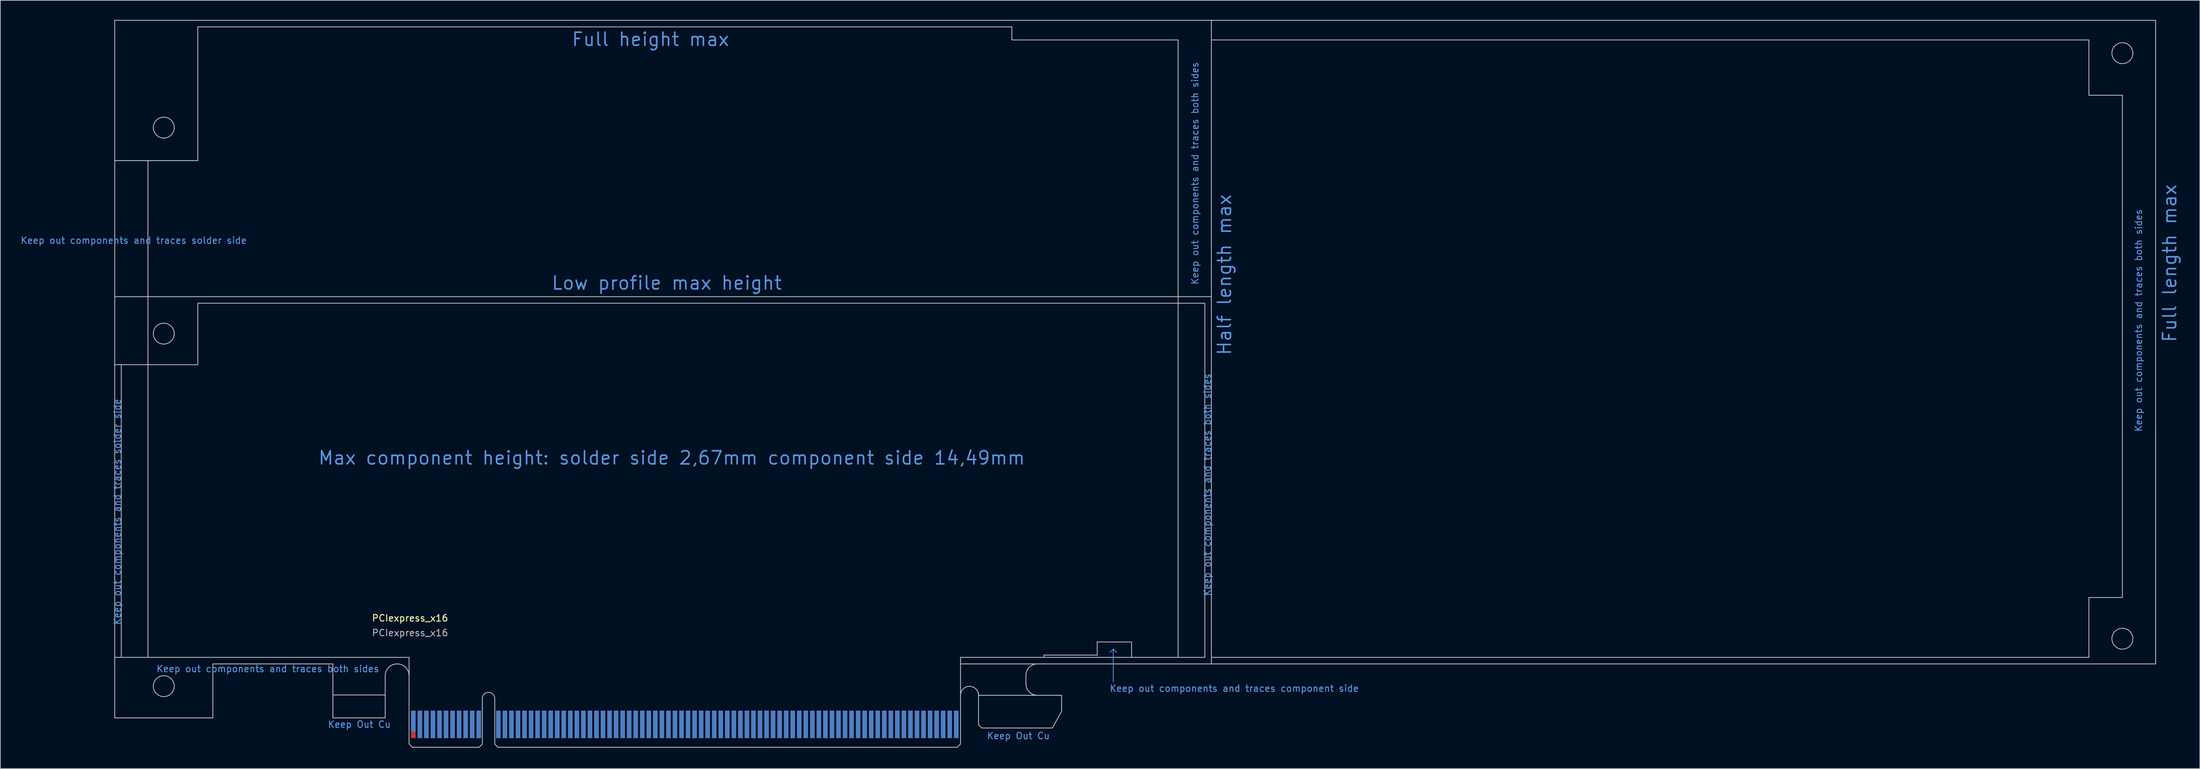
<source format=kicad_pcb>
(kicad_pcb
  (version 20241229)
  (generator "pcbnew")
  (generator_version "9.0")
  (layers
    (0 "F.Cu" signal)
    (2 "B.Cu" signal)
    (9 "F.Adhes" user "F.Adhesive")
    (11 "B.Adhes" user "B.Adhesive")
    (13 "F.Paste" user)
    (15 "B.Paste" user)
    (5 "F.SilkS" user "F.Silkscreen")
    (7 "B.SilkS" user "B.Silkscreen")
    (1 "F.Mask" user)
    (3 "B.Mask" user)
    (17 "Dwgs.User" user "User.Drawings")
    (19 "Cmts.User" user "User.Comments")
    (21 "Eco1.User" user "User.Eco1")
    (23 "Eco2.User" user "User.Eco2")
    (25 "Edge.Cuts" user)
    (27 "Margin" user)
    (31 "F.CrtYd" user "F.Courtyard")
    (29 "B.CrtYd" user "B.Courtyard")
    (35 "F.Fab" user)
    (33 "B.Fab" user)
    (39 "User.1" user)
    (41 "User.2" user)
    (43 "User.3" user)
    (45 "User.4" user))
  (footprint "PCIexpress_x16"
    (layer "F.Cu")
    (at 59.637 111.21)
    (property "Reference" "PCIexpress_x16" (at 0 -19.75 0) (layer "F.SilkS") (effects (font (size 1 1) (thickness 0.15))))
    (attr exclude_from_pos_files exclude_from_bom)
    (fp_poly (pts (xy -11.8 -4.5) (xy -11.8 -8) (xy -3.8 -8) (xy -3.8 -4.5)) (stroke (width 0) (type solid)) (fill yes) (layer "F.Mask"))
    (fp_poly (pts (xy -0.25 -5.5) (xy 84.25 -5.5) (xy 84.25 0) (xy -0.25 0)) (stroke (width 0.2) (type solid)) (fill yes) (layer "F.Mask"))
    (fp_poly (pts (xy 86.9 -7.95) (xy 99.6 -7.95) (xy 99.6 -5.5) (xy 98.2 -2.95) (xy 87.4 -2.95) (xy 86.9 -3.45)) (stroke (width 0) (type solid)) (fill yes) (layer "F.Mask"))
    (fp_poly (pts (xy -11.8 -4.5) (xy -11.8 -8) (xy -3.8 -8) (xy -3.8 -4.5)) (stroke (width 0) (type solid)) (fill yes) (layer "B.Mask"))
    (fp_poly (pts (xy -0.25 -5.5) (xy 84.25 -5.5) (xy 84.25 0) (xy -0.25 0)) (stroke (width 0.2) (type solid)) (fill yes) (layer "B.Mask"))
    (fp_poly (pts (xy 86.9 -7.95) (xy 99.6 -7.95) (xy 99.6 -5.5) (xy 98.2 -2.95) (xy 87.4 -2.95) (xy 86.9 -3.45)) (stroke (width 0) (type solid)) (fill yes) (layer "B.Mask"))
    (fp_line (start -45.15 -111.15) (end -45.15 -4.5) (stroke (width 0.12) (type solid)) (layer "Dwgs.User"))
    (fp_line (start -45.15 -111.15) (end 122.5 -111.15) (stroke (width 0.12) (type solid)) (layer "Dwgs.User"))
    (fp_line (start -45.15 -89.7) (end -32.45 -89.7) (stroke (width 0.12) (type solid)) (layer "Dwgs.User"))
    (fp_line (start -45.15 -68.9) (end 122.5 -68.9) (stroke (width 0.12) (type solid)) (layer "Dwgs.User"))
    (fp_line (start -45.15 -58.5) (end -32.45 -58.5) (stroke (width 0.12) (type solid)) (layer "Dwgs.User"))
    (fp_line (start -44.15 -58.5) (end -44.15 -13.75) (stroke (width 0.12) (type solid)) (layer "Dwgs.User"))
    (fp_line (start -40.07 -13.75) (end -40.07 -89.7) (stroke (width 0.12) (type solid)) (layer "Dwgs.User"))
    (fp_line (start -32.45 -110.15) (end -32.45 -89.7) (stroke (width 0.12) (type solid)) (layer "Dwgs.User"))
    (fp_line (start -32.45 -110.15) (end 92 -110.15) (stroke (width 0.12) (type solid)) (layer "Dwgs.User"))
    (fp_line (start -32.45 -67.9) (end 121.5 -67.9) (stroke (width 0.12) (type solid)) (layer "Dwgs.User"))
    (fp_line (start -32.45 -58.5) (end -32.45 -67.9) (stroke (width 0.12) (type solid)) (layer "Dwgs.User"))
    (fp_line (start -30.15 -12.75) (end -11.8 -12.75) (stroke (width 0.12) (type solid)) (layer "Dwgs.User"))
    (fp_line (start -30.15 -4.5) (end -45.15 -4.5) (stroke (width 0.12) (type solid)) (layer "Dwgs.User"))
    (fp_line (start -30.15 -4.5) (end -30.15 -12.75) (stroke (width 0.12) (type solid)) (layer "Dwgs.User"))
    (fp_line (start -11.8 -8) (end -3.8 -8) (stroke (width 0.12) (type solid)) (layer "Dwgs.User"))
    (fp_line (start -11.8 -4.5) (end -11.8 -12.75) (stroke (width 0.12) (type solid)) (layer "Dwgs.User"))
    (fp_line (start -11.8 -4.5) (end -3.8 -4.5) (stroke (width 0.12) (type solid)) (layer "Dwgs.User"))
    (fp_line (start -3.8 -4.5) (end -3.8 -10.925) (stroke (width 0.12) (type solid)) (layer "Dwgs.User"))
    (fp_line (start -0.15 -13.75) (end -45.15 -13.75) (stroke (width 0.12) (type solid)) (layer "Dwgs.User"))
    (fp_line (start -0.15 -10.925) (end -0.15 -13.75) (stroke (width 0.12) (type solid)) (layer "Dwgs.User"))
    (fp_line (start -0.15 -0.5) (end -0.15 -10.925) (stroke (width 0.12) (type solid)) (layer "Dwgs.User"))
    (fp_line (start -0.15 -0.5) (end 0.35 0) (stroke (width 0.12) (type solid)) (layer "Dwgs.User"))
    (fp_line (start 0.35 0) (end 10.55 0) (stroke (width 0.12) (type solid)) (layer "Dwgs.User"))
    (fp_line (start 11.05 -7.45) (end 11.05 -0.5) (stroke (width 0.12) (type solid)) (layer "Dwgs.User"))
    (fp_line (start 11.05 -0.5) (end 10.55 0) (stroke (width 0.12) (type solid)) (layer "Dwgs.User"))
    (fp_line (start 12.95 -7.45) (end 12.95 -0.5) (stroke (width 0.12) (type solid)) (layer "Dwgs.User"))
    (fp_line (start 12.95 -0.5) (end 13.45 0) (stroke (width 0.12) (type solid)) (layer "Dwgs.User"))
    (fp_line (start 13.45 0) (end 83.65 0) (stroke (width 0.12) (type solid)) (layer "Dwgs.User"))
    (fp_line (start 84.15 -13.75) (end 121.5 -13.75) (stroke (width 0.12) (type solid)) (layer "Dwgs.User"))
    (fp_line (start 84.15 -12.75) (end 84.15 -13.75) (stroke (width 0.12) (type solid)) (layer "Dwgs.User"))
    (fp_line (start 84.15 -12.75) (end 122.503 -12.75) (stroke (width 0.12) (type solid)) (layer "Dwgs.User"))
    (fp_line (start 84.15 -0.5) (end 83.65 0) (stroke (width 0.12) (type solid)) (layer "Dwgs.User"))
    (fp_line (start 84.15 -0.5) (end 84.15 -12.75) (stroke (width 0.12) (type solid)) (layer "Dwgs.User"))
    (fp_line (start 86.9 -3.45) (end 86.9 -7.95) (stroke (width 0.12) (type solid)) (layer "Dwgs.User"))
    (fp_line (start 86.9 -3.45) (end 87.4 -2.95) (stroke (width 0.12) (type solid)) (layer "Dwgs.User"))
    (fp_line (start 87.4 -2.95) (end 98.2 -2.95) (stroke (width 0.12) (type solid)) (layer "Dwgs.User"))
    (fp_line (start 92 -110.15) (end 92 -108.15) (stroke (width 0.12) (type solid)) (layer "Dwgs.User"))
    (fp_line (start 92 -108.15) (end 117.42 -108.15) (stroke (width 0.12) (type solid)) (layer "Dwgs.User"))
    (fp_line (start 94.15 -11) (end 94.15 -9.7) (stroke (width 0.12) (type solid)) (layer "Dwgs.User"))
    (fp_line (start 95.9 -7.95) (end 86.9 -7.95) (stroke (width 0.12) (type solid)) (layer "Dwgs.User"))
    (fp_line (start 95.9 -7.95) (end 99.6 -7.95) (stroke (width 0.12) (type solid)) (layer "Dwgs.User"))
    (fp_line (start 96.9 -14.1) (end 96.9 -13.75) (stroke (width 0.12) (type solid)) (layer "Dwgs.User"))
    (fp_line (start 96.9 -14.1) (end 105.05 -14.1) (stroke (width 0.12) (type solid)) (layer "Dwgs.User"))
    (fp_line (start 98.2 -2.95) (end 99.6 -5.5) (stroke (width 0.12) (type solid)) (layer "Dwgs.User"))
    (fp_line (start 99.6 -5.5) (end 99.6 -7.95) (stroke (width 0.12) (type solid)) (layer "Dwgs.User"))
    (fp_line (start 105.05 -16.1) (end 110.3 -16.1) (stroke (width 0.12) (type solid)) (layer "Dwgs.User"))
    (fp_line (start 105.05 -14.1) (end 105.05 -16.1) (stroke (width 0.12) (type solid)) (layer "Dwgs.User"))
    (fp_line (start 110.3 -16.1) (end 110.3 -13.75) (stroke (width 0.12) (type solid)) (layer "Dwgs.User"))
    (fp_line (start 117.42 -108.15) (end 117.42 -13.75) (stroke (width 0.12) (type solid)) (layer "Dwgs.User"))
    (fp_line (start 121.5 -67.9) (end 121.5 -13.75) (stroke (width 0.12) (type solid)) (layer "Dwgs.User"))
    (fp_line (start 122.5 -111.15) (end 122.5 -12.75) (stroke (width 0.12) (type solid)) (layer "Dwgs.User"))
    (fp_line (start 122.5 -111.15) (end 266.85 -111.15) (stroke (width 0.12) (type solid)) (layer "Dwgs.User"))
    (fp_line (start 122.5 -108.15) (end 256.65 -108.15) (stroke (width 0.12) (type solid)) (layer "Dwgs.User"))
    (fp_line (start 122.5 -13.75) (end 256.65 -13.75) (stroke (width 0.12) (type solid)) (layer "Dwgs.User"))
    (fp_line (start 122.503 -12.75) (end 266.853 -12.75) (stroke (width 0.12) (type solid)) (layer "Dwgs.User"))
    (fp_line (start 256.65 -108.15) (end 256.65 -99.7) (stroke (width 0.12) (type solid)) (layer "Dwgs.User"))
    (fp_line (start 256.65 -99.7) (end 261.77 -99.7) (stroke (width 0.12) (type solid)) (layer "Dwgs.User"))
    (fp_line (start 256.65 -22.9) (end 261.77 -22.9) (stroke (width 0.12) (type solid)) (layer "Dwgs.User"))
    (fp_line (start 256.65 -13.75) (end 256.65 -22.9) (stroke (width 0.12) (type solid)) (layer "Dwgs.User"))
    (fp_line (start 261.77 -99.7) (end 261.77 -22.9) (stroke (width 0.12) (type solid)) (layer "Dwgs.User"))
    (fp_line (start 266.85 -111.15) (end 266.853 -12.75) (stroke (width 0.12) (type solid)) (layer "Dwgs.User"))
    (fp_arc (start -3.8 -10.925) (mid -1.975 -12.75) (end -0.15 -10.925) (stroke (width 0.12) (type solid)) (layer "Dwgs.User"))
    (fp_arc (start 11.05 -7.45) (mid 12 -8.4) (end 12.95 -7.45) (stroke (width 0.12) (type solid)) (layer "Dwgs.User"))
    (fp_arc (start 84.15 -7.95) (mid 85.525 -9.325) (end 86.9 -7.95) (stroke (width 0.12) (type solid)) (layer "Dwgs.User"))
    (fp_arc (start 94.15 -11) (mid 94.662563 -12.237437) (end 95.9 -12.75) (stroke (width 0.12) (type solid)) (layer "Dwgs.User"))
    (fp_arc (start 95.9 -7.95) (mid 94.662563 -8.462563) (end 94.15 -9.7) (stroke (width 0.12) (type solid)) (layer "Dwgs.User"))
    (fp_circle (center -37.65 -94.75) (end -36.05 -94.75) (stroke (width 0.12) (type solid)) (fill no) (layer "Dwgs.User"))
    (fp_circle (center -37.65 -63.25) (end -36.05 -63.25) (stroke (width 0.12) (type solid)) (fill no) (layer "Dwgs.User"))
    (fp_circle (center -37.65 -9.35) (end -36.05 -9.35) (stroke (width 0.12) (type solid)) (fill no) (layer "Dwgs.User"))
    (fp_circle (center 261.77 -106.13) (end 263.37 -106.13) (stroke (width 0.12) (type solid)) (fill no) (layer "Dwgs.User"))
    (fp_circle (center 261.77 -16.6) (end 263.37 -16.6) (stroke (width 0.12) (type solid)) (fill no) (layer "Dwgs.User"))
    (fp_line (start 107.5 -15) (end 107 -14.5) (stroke (width 0.12) (type solid)) (layer "Cmts.User"))
    (fp_line (start 107.5 -15) (end 108 -14.5) (stroke (width 0.12) (type solid)) (layer "Cmts.User"))
    (fp_line (start 107.5 -10) (end 107.5 -15) (stroke (width 0.12) (type solid)) (layer "Cmts.User"))
    (fp_text user "Low profile max height" (at 39.25 -71 0) (layer "Cmts.User") (effects (font (size 2 2) (thickness 0.25))))
    (fp_text user "Full height max" (at 36.75 -108.25 0) (layer "Cmts.User") (effects (font (size 2 2) (thickness 0.25))))
    (fp_text user "Keep Out Cu" (at 93 -1.75 0) (layer "Cmts.User") (effects (font (size 1 1) (thickness 0.15))))
    (fp_text user "Full length max" (at 269 -74 90) (layer "Cmts.User") (effects (font (size 2 2) (thickness 0.25))))
    (fp_text user "Max component height: solder side 2,67mm component side 14,49mm" (at 40 -44.25 0) (layer "Cmts.User") (effects (font (size 2 2) (thickness 0.25))))
    (fp_text user "Half length max" (at 124.5 -72.25 90) (layer "Cmts.User") (effects (font (size 2 2) (thickness 0.25))))
    (fp_text user "Keep out components and traces component side" (at 126 -9 180) (layer "Cmts.User") (effects (font (size 1 1) (thickness 0.15))))
    (fp_text user "Keep out components and traces both sides" (at 121.893 -40.135 90) (layer "Cmts.User") (effects (font (size 1 1) (thickness 0.15))))
    (fp_text user "Keep out components and traces both sides" (at 120 -87.75 90) (layer "Cmts.User") (effects (font (size 1 1) (thickness 0.15))))
    (fp_text user "Keep Out Cu" (at -7.75 -3.5 0) (layer "Cmts.User") (effects (font (size 1 1) (thickness 0.15))))
    (fp_text user "Keep out components and traces solder side" (at -42.25 -77.5 180) (layer "Cmts.User") (effects (font (size 1 1) (thickness 0.15))))
    (fp_text user "Keep out components and traces solder side" (at -44.75 -36 90) (layer "Cmts.User") (effects (font (size 1 1) (thickness 0.15))))
    (fp_text user "Keep out components and traces both sides" (at -21.75 -12 0) (layer "Cmts.User") (effects (font (size 1 1) (thickness 0.15))))
    (fp_text user "Keep out components and traces both sides" (at 264.25 -65.25 90) (layer "Cmts.User") (effects (font (size 1 1) (thickness 0.15))))
    (fp_text user "${REFERENCE}" (at 0 -17.5 0) (layer "F.Fab") (effects (font (size 1 1) (thickness 0.15))))
    (pad "A1" connect rect (at 0.5 -4) (size 0.7 3.2) (layers "B.Cu"))
    (pad "A2" connect rect (at 1.5 -3.5) (size 0.7 4.2) (layers "B.Cu"))
    (pad "A3" connect rect (at 2.5 -3.5) (size 0.7 4.2) (layers "B.Cu"))
    (pad "A4" connect rect (at 3.5 -3.5) (size 0.7 4.2) (layers "B.Cu"))
    (pad "A5" connect rect (at 4.5 -3.5) (size 0.7 4.2) (layers "B.Cu"))
    (pad "A6" connect rect (at 5.5 -3.5) (size 0.7 4.2) (layers "B.Cu"))
    (pad "A7" connect rect (at 6.5 -3.5) (size 0.7 4.2) (layers "B.Cu"))
    (pad "A8" connect rect (at 7.5 -3.5) (size 0.7 4.2) (layers "B.Cu"))
    (pad "A9" connect rect (at 8.5 -3.5) (size 0.7 4.2) (layers "B.Cu"))
    (pad "A10" connect rect (at 9.5 -3.5) (size 0.7 4.2) (layers "B.Cu"))
    (pad "A11" connect rect (at 10.5 -3.5) (size 0.7 4.2) (layers "B.Cu"))
    (pad "A12" connect rect (at 13.5 -3.5) (size 0.7 4.2) (layers "B.Cu"))
    (pad "A13" connect rect (at 14.5 -3.5) (size 0.7 4.2) (layers "B.Cu"))
    (pad "A14" connect rect (at 15.5 -3.5) (size 0.7 4.2) (layers "B.Cu"))
    (pad "A15" connect rect (at 16.5 -3.5) (size 0.7 4.2) (layers "B.Cu"))
    (pad "A16" connect rect (at 17.5 -3.5) (size 0.7 4.2) (layers "B.Cu"))
    (pad "A17" connect rect (at 18.5 -3.5) (size 0.7 4.2) (layers "B.Cu"))
    (pad "A18" connect rect (at 19.5 -3.5) (size 0.7 4.2) (layers "B.Cu"))
    (pad "A19" connect rect (at 20.5 -3.5) (size 0.7 4.2) (layers "B.Cu"))
    (pad "A20" connect rect (at 21.5 -3.5) (size 0.7 4.2) (layers "B.Cu"))
    (pad "A21" connect rect (at 22.5 -3.5) (size 0.7 4.2) (layers "B.Cu"))
    (pad "A22" connect rect (at 23.5 -3.5) (size 0.7 4.2) (layers "B.Cu"))
    (pad "A23" connect rect (at 24.5 -3.5) (size 0.7 4.2) (layers "B.Cu"))
    (pad "A24" connect rect (at 25.5 -3.5) (size 0.7 4.2) (layers "B.Cu"))
    (pad "A25" connect rect (at 26.5 -3.5) (size 0.7 4.2) (layers "B.Cu"))
    (pad "A26" connect rect (at 27.5 -3.5) (size 0.7 4.2) (layers "B.Cu"))
    (pad "A27" connect rect (at 28.5 -3.5) (size 0.7 4.2) (layers "B.Cu"))
    (pad "A28" connect rect (at 29.5 -3.5) (size 0.7 4.2) (layers "B.Cu"))
    (pad "A29" connect rect (at 30.5 -3.5) (size 0.7 4.2) (layers "B.Cu"))
    (pad "A30" connect rect (at 31.5 -3.5) (size 0.7 4.2) (layers "B.Cu"))
    (pad "A31" connect rect (at 32.5 -3.5) (size 0.7 4.2) (layers "B.Cu"))
    (pad "A32" connect rect (at 33.5 -3.5) (size 0.7 4.2) (layers "B.Cu"))
    (pad "A33" connect rect (at 34.5 -3.5) (size 0.7 4.2) (layers "B.Cu"))
    (pad "A34" connect rect (at 35.5 -3.5) (size 0.7 4.2) (layers "B.Cu"))
    (pad "A35" connect rect (at 36.5 -3.5) (size 0.7 4.2) (layers "B.Cu"))
    (pad "A36" connect rect (at 37.5 -3.5) (size 0.7 4.2) (layers "B.Cu"))
    (pad "A37" connect rect (at 38.5 -3.5) (size 0.7 4.2) (layers "B.Cu"))
    (pad "A38" connect rect (at 39.5 -3.5) (size 0.7 4.2) (layers "B.Cu"))
    (pad "A39" connect rect (at 40.5 -3.5) (size 0.7 4.2) (layers "B.Cu"))
    (pad "A40" connect rect (at 41.5 -3.5) (size 0.7 4.2) (layers "B.Cu"))
    (pad "A41" connect rect (at 42.5 -3.5) (size 0.7 4.2) (layers "B.Cu"))
    (pad "A42" connect rect (at 43.5 -3.5) (size 0.7 4.2) (layers "B.Cu"))
    (pad "A43" connect rect (at 44.5 -3.5) (size 0.7 4.2) (layers "B.Cu"))
    (pad "A44" connect rect (at 45.5 -3.5) (size 0.7 4.2) (layers "B.Cu"))
    (pad "A45" connect rect (at 46.5 -3.5) (size 0.7 4.2) (layers "B.Cu"))
    (pad "A46" connect rect (at 47.5 -3.5) (size 0.7 4.2) (layers "B.Cu"))
    (pad "A47" connect rect (at 48.5 -3.5) (size 0.7 4.2) (layers "B.Cu"))
    (pad "A48" connect rect (at 49.5 -3.5) (size 0.7 4.2) (layers "B.Cu"))
    (pad "A49" connect rect (at 50.5 -3.5) (size 0.7 4.2) (layers "B.Cu"))
    (pad "A50" connect rect (at 51.5 -3.5) (size 0.7 4.2) (layers "B.Cu"))
    (pad "A51" connect rect (at 52.5 -3.5) (size 0.7 4.2) (layers "B.Cu"))
    (pad "A52" connect rect (at 53.5 -3.5) (size 0.7 4.2) (layers "B.Cu"))
    (pad "A53" connect rect (at 54.5 -3.5) (size 0.7 4.2) (layers "B.Cu"))
    (pad "A54" connect rect (at 55.5 -3.5) (size 0.7 4.2) (layers "B.Cu"))
    (pad "A55" connect rect (at 56.5 -3.5) (size 0.7 4.2) (layers "B.Cu"))
    (pad "A56" connect rect (at 57.5 -3.5) (size 0.7 4.2) (layers "B.Cu"))
    (pad "A57" connect rect (at 58.5 -3.5) (size 0.7 4.2) (layers "B.Cu"))
    (pad "A58" connect rect (at 59.5 -3.5) (size 0.7 4.2) (layers "B.Cu"))
    (pad "A59" connect rect (at 60.5 -3.5) (size 0.7 4.2) (layers "B.Cu"))
    (pad "A60" connect rect (at 61.5 -3.5) (size 0.7 4.2) (layers "B.Cu"))
    (pad "A61" connect rect (at 62.5 -3.5) (size 0.7 4.2) (layers "B.Cu"))
    (pad "A62" connect rect (at 63.5 -3.5) (size 0.7 4.2) (layers "B.Cu"))
    (pad "A63" connect rect (at 64.5 -3.5) (size 0.7 4.2) (layers "B.Cu"))
    (pad "A64" connect rect (at 65.5 -3.5) (size 0.7 4.2) (layers "B.Cu"))
    (pad "A65" connect rect (at 66.5 -3.5) (size 0.7 4.2) (layers "B.Cu"))
    (pad "A66" connect rect (at 67.5 -3.5) (size 0.7 4.2) (layers "B.Cu"))
    (pad "A67" connect rect (at 68.5 -3.5) (size 0.7 4.2) (layers "B.Cu"))
    (pad "A68" connect rect (at 69.5 -3.5) (size 0.7 4.2) (layers "B.Cu"))
    (pad "A69" connect rect (at 70.5 -3.5) (size 0.7 4.2) (layers "B.Cu"))
    (pad "A70" connect rect (at 71.5 -3.5) (size 0.7 4.2) (layers "B.Cu"))
    (pad "A71" connect rect (at 72.5 -3.5) (size 0.7 4.2) (layers "B.Cu"))
    (pad "A72" connect rect (at 73.5 -3.5) (size 0.7 4.2) (layers "B.Cu"))
    (pad "A73" connect rect (at 74.5 -3.5) (size 0.7 4.2) (layers "B.Cu"))
    (pad "A74" connect rect (at 75.5 -3.5) (size 0.7 4.2) (layers "B.Cu"))
    (pad "A75" connect rect (at 76.5 -3.5) (size 0.7 4.2) (layers "B.Cu"))
    (pad "A76" connect rect (at 77.5 -3.5) (size 0.7 4.2) (layers "B.Cu"))
    (pad "A77" connect rect (at 78.5 -3.5) (size 0.7 4.2) (layers "B.Cu"))
    (pad "A78" connect rect (at 79.5 -3.5) (size 0.7 4.2) (layers "B.Cu"))
    (pad "A79" connect rect (at 80.5 -3.5) (size 0.7 4.2) (layers "B.Cu"))
    (pad "A80" connect rect (at 81.5 -3.5) (size 0.7 4.2) (layers "B.Cu"))
    (pad "A81" connect rect (at 82.5 -3.5) (size 0.7 4.2) (layers "B.Cu"))
    (pad "A82" connect rect (at 83.5 -3.5) (size 0.7 4.2) (layers "B.Cu"))
    (pad "B1" connect rect (at 0.5 -3.5) (size 0.7 4.2) (layers "F.Cu"))
    (pad "B2" connect rect (at 1.5 -3.5) (size 0.7 4.2) (layers "F.Cu"))
    (pad "B3" connect rect (at 2.5 -3.5) (size 0.7 4.2) (layers "F.Cu"))
    (pad "B4" connect rect (at 3.5 -3.5) (size 0.7 4.2) (layers "F.Cu"))
    (pad "B5" connect rect (at 4.5 -3.5) (size 0.7 4.2) (layers "F.Cu"))
    (pad "B6" connect rect (at 5.5 -3.5) (size 0.7 4.2) (layers "F.Cu"))
    (pad "B7" connect rect (at 6.5 -3.5) (size 0.7 4.2) (layers "F.Cu"))
    (pad "B8" connect rect (at 7.5 -3.5) (size 0.7 4.2) (layers "F.Cu"))
    (pad "B9" connect rect (at 8.5 -3.5) (size 0.7 4.2) (layers "F.Cu"))
    (pad "B10" connect rect (at 9.5 -3.5) (size 0.7 4.2) (layers "F.Cu"))
    (pad "B11" connect rect (at 10.5 -3.5) (size 0.7 4.2) (layers "F.Cu"))
    (pad "B12" connect rect (at 13.5 -3.5) (size 0.7 4.2) (layers "F.Cu"))
    (pad "B13" connect rect (at 14.5 -3.5) (size 0.7 4.2) (layers "F.Cu"))
    (pad "B14" connect rect (at 15.5 -3.5) (size 0.7 4.2) (layers "F.Cu"))
    (pad "B15" connect rect (at 16.5 -3.5) (size 0.7 4.2) (layers "F.Cu"))
    (pad "B16" connect rect (at 17.5 -3.5) (size 0.7 4.2) (layers "F.Cu"))
    (pad "B17" connect rect (at 18.5 -4) (size 0.7 3.2) (layers "F.Cu"))
    (pad "B18" connect rect (at 19.5 -3.5) (size 0.7 4.2) (layers "F.Cu"))
    (pad "B19" connect rect (at 20.5 -3.5) (size 0.7 4.2) (layers "F.Cu"))
    (pad "B20" connect rect (at 21.5 -3.5) (size 0.7 4.2) (layers "F.Cu"))
    (pad "B21" connect rect (at 22.5 -3.5) (size 0.7 4.2) (layers "F.Cu"))
    (pad "B22" connect rect (at 23.5 -3.5) (size 0.7 4.2) (layers "F.Cu"))
    (pad "B23" connect rect (at 24.5 -3.5) (size 0.7 4.2) (layers "F.Cu"))
    (pad "B24" connect rect (at 25.5 -3.5) (size 0.7 4.2) (layers "F.Cu"))
    (pad "B25" connect rect (at 26.5 -3.5) (size 0.7 4.2) (layers "F.Cu"))
    (pad "B26" connect rect (at 27.5 -3.5) (size 0.7 4.2) (layers "F.Cu"))
    (pad "B27" connect rect (at 28.5 -3.5) (size 0.7 4.2) (layers "F.Cu"))
    (pad "B28" connect rect (at 29.5 -3.5) (size 0.7 4.2) (layers "F.Cu"))
    (pad "B29" connect rect (at 30.5 -3.5) (size 0.7 4.2) (layers "F.Cu"))
    (pad "B30" connect rect (at 31.5 -3.5) (size 0.7 4.2) (layers "F.Cu"))
    (pad "B31" connect rect (at 32.5 -4) (size 0.7 3.2) (layers "F.Cu"))
    (pad "B32" connect rect (at 33.5 -3.5) (size 0.7 4.2) (layers "F.Cu"))
    (pad "B33" connect rect (at 34.5 -3.5) (size 0.7 4.2) (layers "F.Cu"))
    (pad "B34" connect rect (at 35.5 -3.5) (size 0.7 4.2) (layers "F.Cu"))
    (pad "B35" connect rect (at 36.5 -3.5) (size 0.7 4.2) (layers "F.Cu"))
    (pad "B36" connect rect (at 37.5 -3.5) (size 0.7 4.2) (layers "F.Cu"))
    (pad "B37" connect rect (at 38.5 -3.5) (size 0.7 4.2) (layers "F.Cu"))
    (pad "B38" connect rect (at 39.5 -3.5) (size 0.7 4.2) (layers "F.Cu"))
    (pad "B39" connect rect (at 40.5 -3.5) (size 0.7 4.2) (layers "F.Cu"))
    (pad "B40" connect rect (at 41.5 -3.5) (size 0.7 4.2) (layers "F.Cu"))
    (pad "B41" connect rect (at 42.5 -3.5) (size 0.7 4.2) (layers "F.Cu"))
    (pad "B42" connect rect (at 43.5 -3.5) (size 0.7 4.2) (layers "F.Cu"))
    (pad "B43" connect rect (at 44.5 -3.5) (size 0.7 4.2) (layers "F.Cu"))
    (pad "B44" connect rect (at 45.5 -3.5) (size 0.7 4.2) (layers "F.Cu"))
    (pad "B45" connect rect (at 46.5 -3.5) (size 0.7 4.2) (layers "F.Cu"))
    (pad "B46" connect rect (at 47.5 -3.5) (size 0.7 4.2) (layers "F.Cu"))
    (pad "B47" connect rect (at 48.5 -3.5) (size 0.7 4.2) (layers "F.Cu"))
    (pad "B48" connect rect (at 49.5 -4) (size 0.7 3.2) (layers "F.Cu"))
    (pad "B49" connect rect (at 50.5 -3.5) (size 0.7 4.2) (layers "F.Cu"))
    (pad "B50" connect rect (at 51.5 -3.5) (size 0.7 4.2) (layers "F.Cu"))
    (pad "B51" connect rect (at 52.5 -3.5) (size 0.7 4.2) (layers "F.Cu"))
    (pad "B52" connect rect (at 53.5 -3.5) (size 0.7 4.2) (layers "F.Cu"))
    (pad "B53" connect rect (at 54.5 -3.5) (size 0.7 4.2) (layers "F.Cu"))
    (pad "B54" connect rect (at 55.5 -3.5) (size 0.7 4.2) (layers "F.Cu"))
    (pad "B55" connect rect (at 56.5 -3.5) (size 0.7 4.2) (layers "F.Cu"))
    (pad "B56" connect rect (at 57.5 -3.5) (size 0.7 4.2) (layers "F.Cu"))
    (pad "B57" connect rect (at 58.5 -3.5) (size 0.7 4.2) (layers "F.Cu"))
    (pad "B58" connect rect (at 59.5 -3.5) (size 0.7 4.2) (layers "F.Cu"))
    (pad "B59" connect rect (at 60.5 -3.5) (size 0.7 4.2) (layers "F.Cu"))
    (pad "B60" connect rect (at 61.5 -3.5) (size 0.7 4.2) (layers "F.Cu"))
    (pad "B61" connect rect (at 62.5 -3.5) (size 0.7 4.2) (layers "F.Cu"))
    (pad "B62" connect rect (at 63.5 -3.5) (size 0.7 4.2) (layers "F.Cu"))
    (pad "B63" connect rect (at 64.5 -3.5) (size 0.7 4.2) (layers "F.Cu"))
    (pad "B64" connect rect (at 65.5 -3.5) (size 0.7 4.2) (layers "F.Cu"))
    (pad "B65" connect rect (at 66.5 -3.5) (size 0.7 4.2) (layers "F.Cu"))
    (pad "B66" connect rect (at 67.5 -3.5) (size 0.7 4.2) (layers "F.Cu"))
    (pad "B67" connect rect (at 68.5 -3.5) (size 0.7 4.2) (layers "F.Cu"))
    (pad "B68" connect rect (at 69.5 -3.5) (size 0.7 4.2) (layers "F.Cu"))
    (pad "B69" connect rect (at 70.5 -3.5) (size 0.7 4.2) (layers "F.Cu"))
    (pad "B70" connect rect (at 71.5 -3.5) (size 0.7 4.2) (layers "F.Cu"))
    (pad "B71" connect rect (at 72.5 -3.5) (size 0.7 4.2) (layers "F.Cu"))
    (pad "B72" connect rect (at 73.5 -3.5) (size 0.7 4.2) (layers "F.Cu"))
    (pad "B73" connect rect (at 74.5 -3.5) (size 0.7 4.2) (layers "F.Cu"))
    (pad "B74" connect rect (at 75.5 -3.5) (size 0.7 4.2) (layers "F.Cu"))
    (pad "B75" connect rect (at 76.5 -3.5) (size 0.7 4.2) (layers "F.Cu"))
    (pad "B76" connect rect (at 77.5 -3.5) (size 0.7 4.2) (layers "F.Cu"))
    (pad "B77" connect rect (at 78.5 -3.5) (size 0.7 4.2) (layers "F.Cu"))
    (pad "B78" connect rect (at 79.5 -3.5) (size 0.7 4.2) (layers "F.Cu"))
    (pad "B79" connect rect (at 80.5 -3.5) (size 0.7 4.2) (layers "F.Cu"))
    (pad "B80" connect rect (at 81.5 -3.5) (size 0.7 4.2) (layers "F.Cu"))
    (pad "B81" connect rect (at 82.5 -4) (size 0.7 3.2) (layers "F.Cu"))
    (pad "B82" connect rect (at 83.5 -3.5) (size 0.7 4.2) (layers "F.Cu")))
  (gr_rect
    (start -3 -3)
    (end 333.246 114.46)
    (stroke (width 0.1) (type default))
    (fill no)
    (layer "Edge.Cuts")))
</source>
